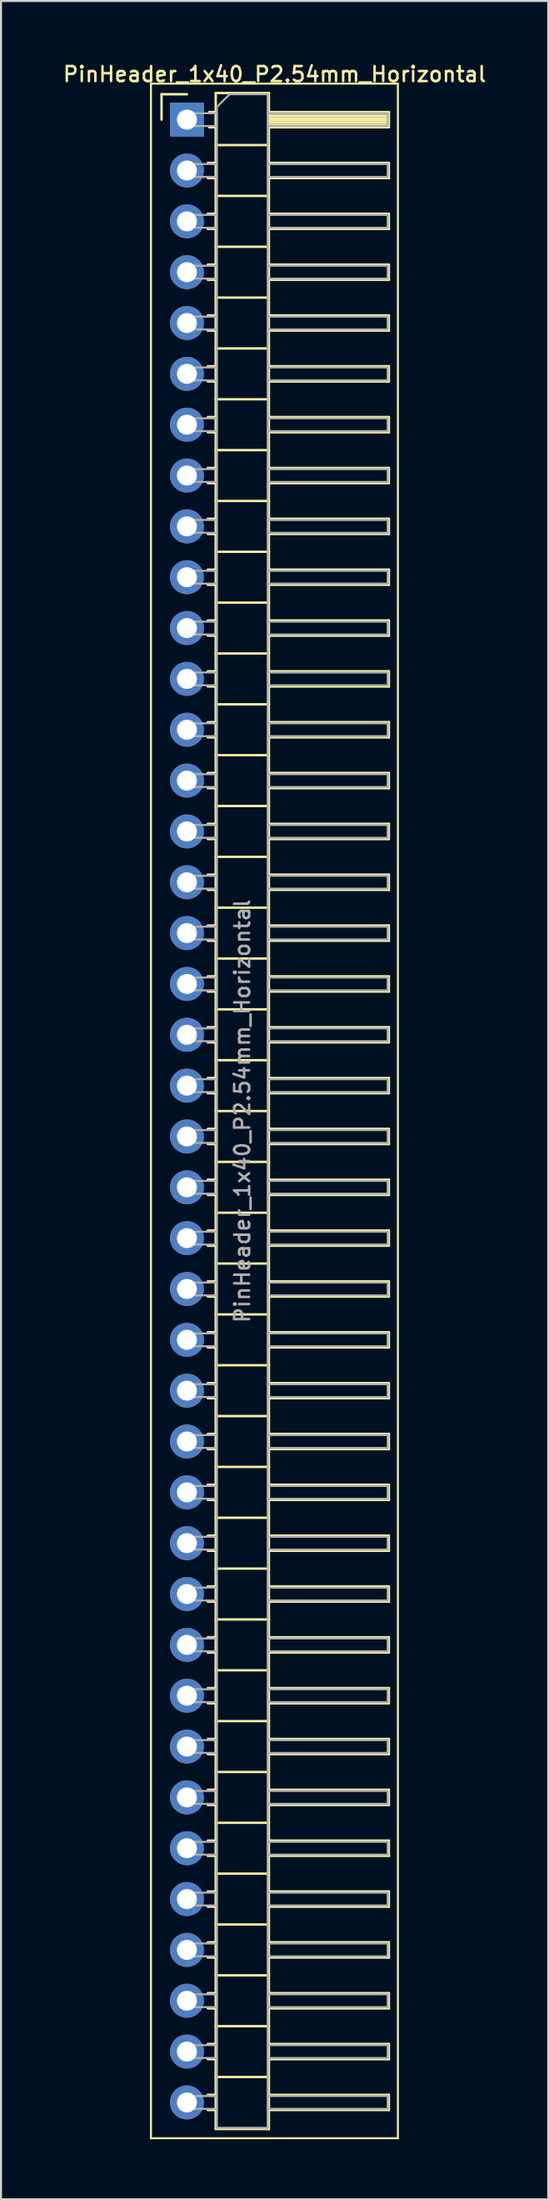
<source format=kicad_pcb>
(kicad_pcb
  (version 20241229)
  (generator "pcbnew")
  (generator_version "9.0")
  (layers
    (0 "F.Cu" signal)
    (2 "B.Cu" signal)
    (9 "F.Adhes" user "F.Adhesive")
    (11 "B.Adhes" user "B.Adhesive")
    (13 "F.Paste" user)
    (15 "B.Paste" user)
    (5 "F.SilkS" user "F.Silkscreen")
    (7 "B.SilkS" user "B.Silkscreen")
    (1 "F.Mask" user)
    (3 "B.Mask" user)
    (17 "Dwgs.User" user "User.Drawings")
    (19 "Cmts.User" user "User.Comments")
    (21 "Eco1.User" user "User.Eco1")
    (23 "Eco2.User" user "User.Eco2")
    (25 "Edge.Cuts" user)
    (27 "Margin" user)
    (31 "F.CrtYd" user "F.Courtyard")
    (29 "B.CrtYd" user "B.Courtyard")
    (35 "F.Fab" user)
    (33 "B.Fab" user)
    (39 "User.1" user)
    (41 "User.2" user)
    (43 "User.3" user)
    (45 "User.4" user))
  (footprint "PinHeader_1x40_P2.54mm_Horizontal"
    (layer "F.Cu")
    (at 6.299 2.928)
    (property "Reference" "PinHeader_1x40_P2.54mm_Horizontal" (at 4.385 -2.27 0) (layer "F.SilkS") (effects (font (size 0.75 0.75) (thickness 0.125))))
    (attr through_hole)
    (fp_line (start -1.8 -1.8) (end -1.8 100.85) (stroke (width 0.1) (type solid)) (layer "F.SilkS"))
    (fp_line (start -1.8 100.85) (end 10.55 100.85) (stroke (width 0.1) (type solid)) (layer "F.SilkS"))
    (fp_line (start -1.27 -1.27) (end 0 -1.27) (stroke (width 0.12) (type solid)) (layer "F.SilkS"))
    (fp_line (start -1.27 0) (end -1.27 -1.27) (stroke (width 0.12) (type solid)) (layer "F.SilkS"))
    (fp_line (start 1.043 2.16) (end 1.44 2.16) (stroke (width 0.12) (type solid)) (layer "F.SilkS"))
    (fp_line (start 1.043 2.92) (end 1.44 2.92) (stroke (width 0.12) (type solid)) (layer "F.SilkS"))
    (fp_line (start 1.043 4.7) (end 1.44 4.7) (stroke (width 0.12) (type solid)) (layer "F.SilkS"))
    (fp_line (start 1.043 5.46) (end 1.44 5.46) (stroke (width 0.12) (type solid)) (layer "F.SilkS"))
    (fp_line (start 1.043 7.24) (end 1.44 7.24) (stroke (width 0.12) (type solid)) (layer "F.SilkS"))
    (fp_line (start 1.043 8) (end 1.44 8) (stroke (width 0.12) (type solid)) (layer "F.SilkS"))
    (fp_line (start 1.043 9.78) (end 1.44 9.78) (stroke (width 0.12) (type solid)) (layer "F.SilkS"))
    (fp_line (start 1.043 10.54) (end 1.44 10.54) (stroke (width 0.12) (type solid)) (layer "F.SilkS"))
    (fp_line (start 1.043 12.32) (end 1.44 12.32) (stroke (width 0.12) (type solid)) (layer "F.SilkS"))
    (fp_line (start 1.043 13.08) (end 1.44 13.08) (stroke (width 0.12) (type solid)) (layer "F.SilkS"))
    (fp_line (start 1.043 14.86) (end 1.44 14.86) (stroke (width 0.12) (type solid)) (layer "F.SilkS"))
    (fp_line (start 1.043 15.62) (end 1.44 15.62) (stroke (width 0.12) (type solid)) (layer "F.SilkS"))
    (fp_line (start 1.043 17.4) (end 1.44 17.4) (stroke (width 0.12) (type solid)) (layer "F.SilkS"))
    (fp_line (start 1.043 18.16) (end 1.44 18.16) (stroke (width 0.12) (type solid)) (layer "F.SilkS"))
    (fp_line (start 1.043 19.94) (end 1.44 19.94) (stroke (width 0.12) (type solid)) (layer "F.SilkS"))
    (fp_line (start 1.043 20.7) (end 1.44 20.7) (stroke (width 0.12) (type solid)) (layer "F.SilkS"))
    (fp_line (start 1.043 22.48) (end 1.44 22.48) (stroke (width 0.12) (type solid)) (layer "F.SilkS"))
    (fp_line (start 1.043 23.24) (end 1.44 23.24) (stroke (width 0.12) (type solid)) (layer "F.SilkS"))
    (fp_line (start 1.043 25.02) (end 1.44 25.02) (stroke (width 0.12) (type solid)) (layer "F.SilkS"))
    (fp_line (start 1.043 25.78) (end 1.44 25.78) (stroke (width 0.12) (type solid)) (layer "F.SilkS"))
    (fp_line (start 1.043 27.56) (end 1.44 27.56) (stroke (width 0.12) (type solid)) (layer "F.SilkS"))
    (fp_line (start 1.043 28.32) (end 1.44 28.32) (stroke (width 0.12) (type solid)) (layer "F.SilkS"))
    (fp_line (start 1.043 30.1) (end 1.44 30.1) (stroke (width 0.12) (type solid)) (layer "F.SilkS"))
    (fp_line (start 1.043 30.86) (end 1.44 30.86) (stroke (width 0.12) (type solid)) (layer "F.SilkS"))
    (fp_line (start 1.043 32.64) (end 1.44 32.64) (stroke (width 0.12) (type solid)) (layer "F.SilkS"))
    (fp_line (start 1.043 33.4) (end 1.44 33.4) (stroke (width 0.12) (type solid)) (layer "F.SilkS"))
    (fp_line (start 1.043 35.18) (end 1.44 35.18) (stroke (width 0.12) (type solid)) (layer "F.SilkS"))
    (fp_line (start 1.043 35.94) (end 1.44 35.94) (stroke (width 0.12) (type solid)) (layer "F.SilkS"))
    (fp_line (start 1.043 37.72) (end 1.44 37.72) (stroke (width 0.12) (type solid)) (layer "F.SilkS"))
    (fp_line (start 1.043 38.48) (end 1.44 38.48) (stroke (width 0.12) (type solid)) (layer "F.SilkS"))
    (fp_line (start 1.043 40.26) (end 1.44 40.26) (stroke (width 0.12) (type solid)) (layer "F.SilkS"))
    (fp_line (start 1.043 41.02) (end 1.44 41.02) (stroke (width 0.12) (type solid)) (layer "F.SilkS"))
    (fp_line (start 1.043 42.8) (end 1.44 42.8) (stroke (width 0.12) (type solid)) (layer "F.SilkS"))
    (fp_line (start 1.043 43.56) (end 1.44 43.56) (stroke (width 0.12) (type solid)) (layer "F.SilkS"))
    (fp_line (start 1.043 45.34) (end 1.44 45.34) (stroke (width 0.12) (type solid)) (layer "F.SilkS"))
    (fp_line (start 1.043 46.1) (end 1.44 46.1) (stroke (width 0.12) (type solid)) (layer "F.SilkS"))
    (fp_line (start 1.043 47.88) (end 1.44 47.88) (stroke (width 0.12) (type solid)) (layer "F.SilkS"))
    (fp_line (start 1.043 48.64) (end 1.44 48.64) (stroke (width 0.12) (type solid)) (layer "F.SilkS"))
    (fp_line (start 1.043 50.42) (end 1.44 50.42) (stroke (width 0.12) (type solid)) (layer "F.SilkS"))
    (fp_line (start 1.043 51.18) (end 1.44 51.18) (stroke (width 0.12) (type solid)) (layer "F.SilkS"))
    (fp_line (start 1.043 52.96) (end 1.44 52.96) (stroke (width 0.12) (type solid)) (layer "F.SilkS"))
    (fp_line (start 1.043 53.72) (end 1.44 53.72) (stroke (width 0.12) (type solid)) (layer "F.SilkS"))
    (fp_line (start 1.043 55.5) (end 1.44 55.5) (stroke (width 0.12) (type solid)) (layer "F.SilkS"))
    (fp_line (start 1.043 56.26) (end 1.44 56.26) (stroke (width 0.12) (type solid)) (layer "F.SilkS"))
    (fp_line (start 1.043 58.04) (end 1.44 58.04) (stroke (width 0.12) (type solid)) (layer "F.SilkS"))
    (fp_line (start 1.043 58.8) (end 1.44 58.8) (stroke (width 0.12) (type solid)) (layer "F.SilkS"))
    (fp_line (start 1.043 60.58) (end 1.44 60.58) (stroke (width 0.12) (type solid)) (layer "F.SilkS"))
    (fp_line (start 1.043 61.34) (end 1.44 61.34) (stroke (width 0.12) (type solid)) (layer "F.SilkS"))
    (fp_line (start 1.043 63.12) (end 1.44 63.12) (stroke (width 0.12) (type solid)) (layer "F.SilkS"))
    (fp_line (start 1.043 63.88) (end 1.44 63.88) (stroke (width 0.12) (type solid)) (layer "F.SilkS"))
    (fp_line (start 1.043 65.66) (end 1.44 65.66) (stroke (width 0.12) (type solid)) (layer "F.SilkS"))
    (fp_line (start 1.043 66.42) (end 1.44 66.42) (stroke (width 0.12) (type solid)) (layer "F.SilkS"))
    (fp_line (start 1.043 68.2) (end 1.44 68.2) (stroke (width 0.12) (type solid)) (layer "F.SilkS"))
    (fp_line (start 1.043 68.96) (end 1.44 68.96) (stroke (width 0.12) (type solid)) (layer "F.SilkS"))
    (fp_line (start 1.043 70.74) (end 1.44 70.74) (stroke (width 0.12) (type solid)) (layer "F.SilkS"))
    (fp_line (start 1.043 71.5) (end 1.44 71.5) (stroke (width 0.12) (type solid)) (layer "F.SilkS"))
    (fp_line (start 1.043 73.28) (end 1.44 73.28) (stroke (width 0.12) (type solid)) (layer "F.SilkS"))
    (fp_line (start 1.043 74.04) (end 1.44 74.04) (stroke (width 0.12) (type solid)) (layer "F.SilkS"))
    (fp_line (start 1.043 75.82) (end 1.44 75.82) (stroke (width 0.12) (type solid)) (layer "F.SilkS"))
    (fp_line (start 1.043 76.58) (end 1.44 76.58) (stroke (width 0.12) (type solid)) (layer "F.SilkS"))
    (fp_line (start 1.043 78.36) (end 1.44 78.36) (stroke (width 0.12) (type solid)) (layer "F.SilkS"))
    (fp_line (start 1.043 79.12) (end 1.44 79.12) (stroke (width 0.12) (type solid)) (layer "F.SilkS"))
    (fp_line (start 1.043 80.9) (end 1.44 80.9) (stroke (width 0.12) (type solid)) (layer "F.SilkS"))
    (fp_line (start 1.043 81.66) (end 1.44 81.66) (stroke (width 0.12) (type solid)) (layer "F.SilkS"))
    (fp_line (start 1.043 83.44) (end 1.44 83.44) (stroke (width 0.12) (type solid)) (layer "F.SilkS"))
    (fp_line (start 1.043 84.2) (end 1.44 84.2) (stroke (width 0.12) (type solid)) (layer "F.SilkS"))
    (fp_line (start 1.043 85.98) (end 1.44 85.98) (stroke (width 0.12) (type solid)) (layer "F.SilkS"))
    (fp_line (start 1.043 86.74) (end 1.44 86.74) (stroke (width 0.12) (type solid)) (layer "F.SilkS"))
    (fp_line (start 1.043 88.52) (end 1.44 88.52) (stroke (width 0.12) (type solid)) (layer "F.SilkS"))
    (fp_line (start 1.043 89.28) (end 1.44 89.28) (stroke (width 0.12) (type solid)) (layer "F.SilkS"))
    (fp_line (start 1.043 91.06) (end 1.44 91.06) (stroke (width 0.12) (type solid)) (layer "F.SilkS"))
    (fp_line (start 1.043 91.82) (end 1.44 91.82) (stroke (width 0.12) (type solid)) (layer "F.SilkS"))
    (fp_line (start 1.043 93.6) (end 1.44 93.6) (stroke (width 0.12) (type solid)) (layer "F.SilkS"))
    (fp_line (start 1.043 94.36) (end 1.44 94.36) (stroke (width 0.12) (type solid)) (layer "F.SilkS"))
    (fp_line (start 1.043 96.14) (end 1.44 96.14) (stroke (width 0.12) (type solid)) (layer "F.SilkS"))
    (fp_line (start 1.043 96.9) (end 1.44 96.9) (stroke (width 0.12) (type solid)) (layer "F.SilkS"))
    (fp_line (start 1.043 98.68) (end 1.44 98.68) (stroke (width 0.12) (type solid)) (layer "F.SilkS"))
    (fp_line (start 1.043 99.44) (end 1.44 99.44) (stroke (width 0.12) (type solid)) (layer "F.SilkS"))
    (fp_line (start 1.11 -0.38) (end 1.44 -0.38) (stroke (width 0.12) (type solid)) (layer "F.SilkS"))
    (fp_line (start 1.11 0.38) (end 1.44 0.38) (stroke (width 0.12) (type solid)) (layer "F.SilkS"))
    (fp_line (start 1.44 -1.33) (end 1.44 100.39) (stroke (width 0.12) (type solid)) (layer "F.SilkS"))
    (fp_line (start 1.44 1.27) (end 4.1 1.27) (stroke (width 0.12) (type solid)) (layer "F.SilkS"))
    (fp_line (start 1.44 3.81) (end 4.1 3.81) (stroke (width 0.12) (type solid)) (layer "F.SilkS"))
    (fp_line (start 1.44 6.35) (end 4.1 6.35) (stroke (width 0.12) (type solid)) (layer "F.SilkS"))
    (fp_line (start 1.44 8.89) (end 4.1 8.89) (stroke (width 0.12) (type solid)) (layer "F.SilkS"))
    (fp_line (start 1.44 11.43) (end 4.1 11.43) (stroke (width 0.12) (type solid)) (layer "F.SilkS"))
    (fp_line (start 1.44 13.97) (end 4.1 13.97) (stroke (width 0.12) (type solid)) (layer "F.SilkS"))
    (fp_line (start 1.44 16.51) (end 4.1 16.51) (stroke (width 0.12) (type solid)) (layer "F.SilkS"))
    (fp_line (start 1.44 19.05) (end 4.1 19.05) (stroke (width 0.12) (type solid)) (layer "F.SilkS"))
    (fp_line (start 1.44 21.59) (end 4.1 21.59) (stroke (width 0.12) (type solid)) (layer "F.SilkS"))
    (fp_line (start 1.44 24.13) (end 4.1 24.13) (stroke (width 0.12) (type solid)) (layer "F.SilkS"))
    (fp_line (start 1.44 26.67) (end 4.1 26.67) (stroke (width 0.12) (type solid)) (layer "F.SilkS"))
    (fp_line (start 1.44 29.21) (end 4.1 29.21) (stroke (width 0.12) (type solid)) (layer "F.SilkS"))
    (fp_line (start 1.44 31.75) (end 4.1 31.75) (stroke (width 0.12) (type solid)) (layer "F.SilkS"))
    (fp_line (start 1.44 34.29) (end 4.1 34.29) (stroke (width 0.12) (type solid)) (layer "F.SilkS"))
    (fp_line (start 1.44 36.83) (end 4.1 36.83) (stroke (width 0.12) (type solid)) (layer "F.SilkS"))
    (fp_line (start 1.44 39.37) (end 4.1 39.37) (stroke (width 0.12) (type solid)) (layer "F.SilkS"))
    (fp_line (start 1.44 41.91) (end 4.1 41.91) (stroke (width 0.12) (type solid)) (layer "F.SilkS"))
    (fp_line (start 1.44 44.45) (end 4.1 44.45) (stroke (width 0.12) (type solid)) (layer "F.SilkS"))
    (fp_line (start 1.44 46.99) (end 4.1 46.99) (stroke (width 0.12) (type solid)) (layer "F.SilkS"))
    (fp_line (start 1.44 49.53) (end 4.1 49.53) (stroke (width 0.12) (type solid)) (layer "F.SilkS"))
    (fp_line (start 1.44 52.07) (end 4.1 52.07) (stroke (width 0.12) (type solid)) (layer "F.SilkS"))
    (fp_line (start 1.44 54.61) (end 4.1 54.61) (stroke (width 0.12) (type solid)) (layer "F.SilkS"))
    (fp_line (start 1.44 57.15) (end 4.1 57.15) (stroke (width 0.12) (type solid)) (layer "F.SilkS"))
    (fp_line (start 1.44 59.69) (end 4.1 59.69) (stroke (width 0.12) (type solid)) (layer "F.SilkS"))
    (fp_line (start 1.44 62.23) (end 4.1 62.23) (stroke (width 0.12) (type solid)) (layer "F.SilkS"))
    (fp_line (start 1.44 64.77) (end 4.1 64.77) (stroke (width 0.12) (type solid)) (layer "F.SilkS"))
    (fp_line (start 1.44 67.31) (end 4.1 67.31) (stroke (width 0.12) (type solid)) (layer "F.SilkS"))
    (fp_line (start 1.44 69.85) (end 4.1 69.85) (stroke (width 0.12) (type solid)) (layer "F.SilkS"))
    (fp_line (start 1.44 72.39) (end 4.1 72.39) (stroke (width 0.12) (type solid)) (layer "F.SilkS"))
    (fp_line (start 1.44 74.93) (end 4.1 74.93) (stroke (width 0.12) (type solid)) (layer "F.SilkS"))
    (fp_line (start 1.44 77.47) (end 4.1 77.47) (stroke (width 0.12) (type solid)) (layer "F.SilkS"))
    (fp_line (start 1.44 80.01) (end 4.1 80.01) (stroke (width 0.12) (type solid)) (layer "F.SilkS"))
    (fp_line (start 1.44 82.55) (end 4.1 82.55) (stroke (width 0.12) (type solid)) (layer "F.SilkS"))
    (fp_line (start 1.44 85.09) (end 4.1 85.09) (stroke (width 0.12) (type solid)) (layer "F.SilkS"))
    (fp_line (start 1.44 87.63) (end 4.1 87.63) (stroke (width 0.12) (type solid)) (layer "F.SilkS"))
    (fp_line (start 1.44 90.17) (end 4.1 90.17) (stroke (width 0.12) (type solid)) (layer "F.SilkS"))
    (fp_line (start 1.44 92.71) (end 4.1 92.71) (stroke (width 0.12) (type solid)) (layer "F.SilkS"))
    (fp_line (start 1.44 95.25) (end 4.1 95.25) (stroke (width 0.12) (type solid)) (layer "F.SilkS"))
    (fp_line (start 1.44 97.79) (end 4.1 97.79) (stroke (width 0.12) (type solid)) (layer "F.SilkS"))
    (fp_line (start 1.44 100.39) (end 4.1 100.39) (stroke (width 0.12) (type solid)) (layer "F.SilkS"))
    (fp_line (start 4.1 -1.33) (end 1.44 -1.33) (stroke (width 0.12) (type solid)) (layer "F.SilkS"))
    (fp_line (start 4.1 -0.38) (end 10.1 -0.38) (stroke (width 0.12) (type solid)) (layer "F.SilkS"))
    (fp_line (start 4.1 -0.32) (end 10.1 -0.32) (stroke (width 0.12) (type solid)) (layer "F.SilkS"))
    (fp_line (start 4.1 -0.2) (end 10.1 -0.2) (stroke (width 0.12) (type solid)) (layer "F.SilkS"))
    (fp_line (start 4.1 -0.08) (end 10.1 -0.08) (stroke (width 0.12) (type solid)) (layer "F.SilkS"))
    (fp_line (start 4.1 0.04) (end 10.1 0.04) (stroke (width 0.12) (type solid)) (layer "F.SilkS"))
    (fp_line (start 4.1 0.16) (end 10.1 0.16) (stroke (width 0.12) (type solid)) (layer "F.SilkS"))
    (fp_line (start 4.1 0.28) (end 10.1 0.28) (stroke (width 0.12) (type solid)) (layer "F.SilkS"))
    (fp_line (start 4.1 2.16) (end 10.1 2.16) (stroke (width 0.12) (type solid)) (layer "F.SilkS"))
    (fp_line (start 4.1 4.7) (end 10.1 4.7) (stroke (width 0.12) (type solid)) (layer "F.SilkS"))
    (fp_line (start 4.1 7.24) (end 10.1 7.24) (stroke (width 0.12) (type solid)) (layer "F.SilkS"))
    (fp_line (start 4.1 9.78) (end 10.1 9.78) (stroke (width 0.12) (type solid)) (layer "F.SilkS"))
    (fp_line (start 4.1 12.32) (end 10.1 12.32) (stroke (width 0.12) (type solid)) (layer "F.SilkS"))
    (fp_line (start 4.1 14.86) (end 10.1 14.86) (stroke (width 0.12) (type solid)) (layer "F.SilkS"))
    (fp_line (start 4.1 17.4) (end 10.1 17.4) (stroke (width 0.12) (type solid)) (layer "F.SilkS"))
    (fp_line (start 4.1 19.94) (end 10.1 19.94) (stroke (width 0.12) (type solid)) (layer "F.SilkS"))
    (fp_line (start 4.1 22.48) (end 10.1 22.48) (stroke (width 0.12) (type solid)) (layer "F.SilkS"))
    (fp_line (start 4.1 25.02) (end 10.1 25.02) (stroke (width 0.12) (type solid)) (layer "F.SilkS"))
    (fp_line (start 4.1 27.56) (end 10.1 27.56) (stroke (width 0.12) (type solid)) (layer "F.SilkS"))
    (fp_line (start 4.1 30.1) (end 10.1 30.1) (stroke (width 0.12) (type solid)) (layer "F.SilkS"))
    (fp_line (start 4.1 32.64) (end 10.1 32.64) (stroke (width 0.12) (type solid)) (layer "F.SilkS"))
    (fp_line (start 4.1 35.18) (end 10.1 35.18) (stroke (width 0.12) (type solid)) (layer "F.SilkS"))
    (fp_line (start 4.1 37.72) (end 10.1 37.72) (stroke (width 0.12) (type solid)) (layer "F.SilkS"))
    (fp_line (start 4.1 40.26) (end 10.1 40.26) (stroke (width 0.12) (type solid)) (layer "F.SilkS"))
    (fp_line (start 4.1 42.8) (end 10.1 42.8) (stroke (width 0.12) (type solid)) (layer "F.SilkS"))
    (fp_line (start 4.1 45.34) (end 10.1 45.34) (stroke (width 0.12) (type solid)) (layer "F.SilkS"))
    (fp_line (start 4.1 47.88) (end 10.1 47.88) (stroke (width 0.12) (type solid)) (layer "F.SilkS"))
    (fp_line (start 4.1 50.42) (end 10.1 50.42) (stroke (width 0.12) (type solid)) (layer "F.SilkS"))
    (fp_line (start 4.1 52.96) (end 10.1 52.96) (stroke (width 0.12) (type solid)) (layer "F.SilkS"))
    (fp_line (start 4.1 55.5) (end 10.1 55.5) (stroke (width 0.12) (type solid)) (layer "F.SilkS"))
    (fp_line (start 4.1 58.04) (end 10.1 58.04) (stroke (width 0.12) (type solid)) (layer "F.SilkS"))
    (fp_line (start 4.1 60.58) (end 10.1 60.58) (stroke (width 0.12) (type solid)) (layer "F.SilkS"))
    (fp_line (start 4.1 63.12) (end 10.1 63.12) (stroke (width 0.12) (type solid)) (layer "F.SilkS"))
    (fp_line (start 4.1 65.66) (end 10.1 65.66) (stroke (width 0.12) (type solid)) (layer "F.SilkS"))
    (fp_line (start 4.1 68.2) (end 10.1 68.2) (stroke (width 0.12) (type solid)) (layer "F.SilkS"))
    (fp_line (start 4.1 70.74) (end 10.1 70.74) (stroke (width 0.12) (type solid)) (layer "F.SilkS"))
    (fp_line (start 4.1 73.28) (end 10.1 73.28) (stroke (width 0.12) (type solid)) (layer "F.SilkS"))
    (fp_line (start 4.1 75.82) (end 10.1 75.82) (stroke (width 0.12) (type solid)) (layer "F.SilkS"))
    (fp_line (start 4.1 78.36) (end 10.1 78.36) (stroke (width 0.12) (type solid)) (layer "F.SilkS"))
    (fp_line (start 4.1 80.9) (end 10.1 80.9) (stroke (width 0.12) (type solid)) (layer "F.SilkS"))
    (fp_line (start 4.1 83.44) (end 10.1 83.44) (stroke (width 0.12) (type solid)) (layer "F.SilkS"))
    (fp_line (start 4.1 85.98) (end 10.1 85.98) (stroke (width 0.12) (type solid)) (layer "F.SilkS"))
    (fp_line (start 4.1 88.52) (end 10.1 88.52) (stroke (width 0.12) (type solid)) (layer "F.SilkS"))
    (fp_line (start 4.1 91.06) (end 10.1 91.06) (stroke (width 0.12) (type solid)) (layer "F.SilkS"))
    (fp_line (start 4.1 93.6) (end 10.1 93.6) (stroke (width 0.12) (type solid)) (layer "F.SilkS"))
    (fp_line (start 4.1 96.14) (end 10.1 96.14) (stroke (width 0.12) (type solid)) (layer "F.SilkS"))
    (fp_line (start 4.1 98.68) (end 10.1 98.68) (stroke (width 0.12) (type solid)) (layer "F.SilkS"))
    (fp_line (start 4.1 100.39) (end 4.1 -1.33) (stroke (width 0.12) (type solid)) (layer "F.SilkS"))
    (fp_line (start 10.1 -0.38) (end 10.1 0.38) (stroke (width 0.12) (type solid)) (layer "F.SilkS"))
    (fp_line (start 10.1 0.38) (end 4.1 0.38) (stroke (width 0.12) (type solid)) (layer "F.SilkS"))
    (fp_line (start 10.1 2.16) (end 10.1 2.92) (stroke (width 0.12) (type solid)) (layer "F.SilkS"))
    (fp_line (start 10.1 2.92) (end 4.1 2.92) (stroke (width 0.12) (type solid)) (layer "F.SilkS"))
    (fp_line (start 10.1 4.7) (end 10.1 5.46) (stroke (width 0.12) (type solid)) (layer "F.SilkS"))
    (fp_line (start 10.1 5.46) (end 4.1 5.46) (stroke (width 0.12) (type solid)) (layer "F.SilkS"))
    (fp_line (start 10.1 7.24) (end 10.1 8) (stroke (width 0.12) (type solid)) (layer "F.SilkS"))
    (fp_line (start 10.1 8) (end 4.1 8) (stroke (width 0.12) (type solid)) (layer "F.SilkS"))
    (fp_line (start 10.1 9.78) (end 10.1 10.54) (stroke (width 0.12) (type solid)) (layer "F.SilkS"))
    (fp_line (start 10.1 10.54) (end 4.1 10.54) (stroke (width 0.12) (type solid)) (layer "F.SilkS"))
    (fp_line (start 10.1 12.32) (end 10.1 13.08) (stroke (width 0.12) (type solid)) (layer "F.SilkS"))
    (fp_line (start 10.1 13.08) (end 4.1 13.08) (stroke (width 0.12) (type solid)) (layer "F.SilkS"))
    (fp_line (start 10.1 14.86) (end 10.1 15.62) (stroke (width 0.12) (type solid)) (layer "F.SilkS"))
    (fp_line (start 10.1 15.62) (end 4.1 15.62) (stroke (width 0.12) (type solid)) (layer "F.SilkS"))
    (fp_line (start 10.1 17.4) (end 10.1 18.16) (stroke (width 0.12) (type solid)) (layer "F.SilkS"))
    (fp_line (start 10.1 18.16) (end 4.1 18.16) (stroke (width 0.12) (type solid)) (layer "F.SilkS"))
    (fp_line (start 10.1 19.94) (end 10.1 20.7) (stroke (width 0.12) (type solid)) (layer "F.SilkS"))
    (fp_line (start 10.1 20.7) (end 4.1 20.7) (stroke (width 0.12) (type solid)) (layer "F.SilkS"))
    (fp_line (start 10.1 22.48) (end 10.1 23.24) (stroke (width 0.12) (type solid)) (layer "F.SilkS"))
    (fp_line (start 10.1 23.24) (end 4.1 23.24) (stroke (width 0.12) (type solid)) (layer "F.SilkS"))
    (fp_line (start 10.1 25.02) (end 10.1 25.78) (stroke (width 0.12) (type solid)) (layer "F.SilkS"))
    (fp_line (start 10.1 25.78) (end 4.1 25.78) (stroke (width 0.12) (type solid)) (layer "F.SilkS"))
    (fp_line (start 10.1 27.56) (end 10.1 28.32) (stroke (width 0.12) (type solid)) (layer "F.SilkS"))
    (fp_line (start 10.1 28.32) (end 4.1 28.32) (stroke (width 0.12) (type solid)) (layer "F.SilkS"))
    (fp_line (start 10.1 30.1) (end 10.1 30.86) (stroke (width 0.12) (type solid)) (layer "F.SilkS"))
    (fp_line (start 10.1 30.86) (end 4.1 30.86) (stroke (width 0.12) (type solid)) (layer "F.SilkS"))
    (fp_line (start 10.1 32.64) (end 10.1 33.4) (stroke (width 0.12) (type solid)) (layer "F.SilkS"))
    (fp_line (start 10.1 33.4) (end 4.1 33.4) (stroke (width 0.12) (type solid)) (layer "F.SilkS"))
    (fp_line (start 10.1 35.18) (end 10.1 35.94) (stroke (width 0.12) (type solid)) (layer "F.SilkS"))
    (fp_line (start 10.1 35.94) (end 4.1 35.94) (stroke (width 0.12) (type solid)) (layer "F.SilkS"))
    (fp_line (start 10.1 37.72) (end 10.1 38.48) (stroke (width 0.12) (type solid)) (layer "F.SilkS"))
    (fp_line (start 10.1 38.48) (end 4.1 38.48) (stroke (width 0.12) (type solid)) (layer "F.SilkS"))
    (fp_line (start 10.1 40.26) (end 10.1 41.02) (stroke (width 0.12) (type solid)) (layer "F.SilkS"))
    (fp_line (start 10.1 41.02) (end 4.1 41.02) (stroke (width 0.12) (type solid)) (layer "F.SilkS"))
    (fp_line (start 10.1 42.8) (end 10.1 43.56) (stroke (width 0.12) (type solid)) (layer "F.SilkS"))
    (fp_line (start 10.1 43.56) (end 4.1 43.56) (stroke (width 0.12) (type solid)) (layer "F.SilkS"))
    (fp_line (start 10.1 45.34) (end 10.1 46.1) (stroke (width 0.12) (type solid)) (layer "F.SilkS"))
    (fp_line (start 10.1 46.1) (end 4.1 46.1) (stroke (width 0.12) (type solid)) (layer "F.SilkS"))
    (fp_line (start 10.1 47.88) (end 10.1 48.64) (stroke (width 0.12) (type solid)) (layer "F.SilkS"))
    (fp_line (start 10.1 48.64) (end 4.1 48.64) (stroke (width 0.12) (type solid)) (layer "F.SilkS"))
    (fp_line (start 10.1 50.42) (end 10.1 51.18) (stroke (width 0.12) (type solid)) (layer "F.SilkS"))
    (fp_line (start 10.1 51.18) (end 4.1 51.18) (stroke (width 0.12) (type solid)) (layer "F.SilkS"))
    (fp_line (start 10.1 52.96) (end 10.1 53.72) (stroke (width 0.12) (type solid)) (layer "F.SilkS"))
    (fp_line (start 10.1 53.72) (end 4.1 53.72) (stroke (width 0.12) (type solid)) (layer "F.SilkS"))
    (fp_line (start 10.1 55.5) (end 10.1 56.26) (stroke (width 0.12) (type solid)) (layer "F.SilkS"))
    (fp_line (start 10.1 56.26) (end 4.1 56.26) (stroke (width 0.12) (type solid)) (layer "F.SilkS"))
    (fp_line (start 10.1 58.04) (end 10.1 58.8) (stroke (width 0.12) (type solid)) (layer "F.SilkS"))
    (fp_line (start 10.1 58.8) (end 4.1 58.8) (stroke (width 0.12) (type solid)) (layer "F.SilkS"))
    (fp_line (start 10.1 60.58) (end 10.1 61.34) (stroke (width 0.12) (type solid)) (layer "F.SilkS"))
    (fp_line (start 10.1 61.34) (end 4.1 61.34) (stroke (width 0.12) (type solid)) (layer "F.SilkS"))
    (fp_line (start 10.1 63.12) (end 10.1 63.88) (stroke (width 0.12) (type solid)) (layer "F.SilkS"))
    (fp_line (start 10.1 63.88) (end 4.1 63.88) (stroke (width 0.12) (type solid)) (layer "F.SilkS"))
    (fp_line (start 10.1 65.66) (end 10.1 66.42) (stroke (width 0.12) (type solid)) (layer "F.SilkS"))
    (fp_line (start 10.1 66.42) (end 4.1 66.42) (stroke (width 0.12) (type solid)) (layer "F.SilkS"))
    (fp_line (start 10.1 68.2) (end 10.1 68.96) (stroke (width 0.12) (type solid)) (layer "F.SilkS"))
    (fp_line (start 10.1 68.96) (end 4.1 68.96) (stroke (width 0.12) (type solid)) (layer "F.SilkS"))
    (fp_line (start 10.1 70.74) (end 10.1 71.5) (stroke (width 0.12) (type solid)) (layer "F.SilkS"))
    (fp_line (start 10.1 71.5) (end 4.1 71.5) (stroke (width 0.12) (type solid)) (layer "F.SilkS"))
    (fp_line (start 10.1 73.28) (end 10.1 74.04) (stroke (width 0.12) (type solid)) (layer "F.SilkS"))
    (fp_line (start 10.1 74.04) (end 4.1 74.04) (stroke (width 0.12) (type solid)) (layer "F.SilkS"))
    (fp_line (start 10.1 75.82) (end 10.1 76.58) (stroke (width 0.12) (type solid)) (layer "F.SilkS"))
    (fp_line (start 10.1 76.58) (end 4.1 76.58) (stroke (width 0.12) (type solid)) (layer "F.SilkS"))
    (fp_line (start 10.1 78.36) (end 10.1 79.12) (stroke (width 0.12) (type solid)) (layer "F.SilkS"))
    (fp_line (start 10.1 79.12) (end 4.1 79.12) (stroke (width 0.12) (type solid)) (layer "F.SilkS"))
    (fp_line (start 10.1 80.9) (end 10.1 81.66) (stroke (width 0.12) (type solid)) (layer "F.SilkS"))
    (fp_line (start 10.1 81.66) (end 4.1 81.66) (stroke (width 0.12) (type solid)) (layer "F.SilkS"))
    (fp_line (start 10.1 83.44) (end 10.1 84.2) (stroke (width 0.12) (type solid)) (layer "F.SilkS"))
    (fp_line (start 10.1 84.2) (end 4.1 84.2) (stroke (width 0.12) (type solid)) (layer "F.SilkS"))
    (fp_line (start 10.1 85.98) (end 10.1 86.74) (stroke (width 0.12) (type solid)) (layer "F.SilkS"))
    (fp_line (start 10.1 86.74) (end 4.1 86.74) (stroke (width 0.12) (type solid)) (layer "F.SilkS"))
    (fp_line (start 10.1 88.52) (end 10.1 89.28) (stroke (width 0.12) (type solid)) (layer "F.SilkS"))
    (fp_line (start 10.1 89.28) (end 4.1 89.28) (stroke (width 0.12) (type solid)) (layer "F.SilkS"))
    (fp_line (start 10.1 91.06) (end 10.1 91.82) (stroke (width 0.12) (type solid)) (layer "F.SilkS"))
    (fp_line (start 10.1 91.82) (end 4.1 91.82) (stroke (width 0.12) (type solid)) (layer "F.SilkS"))
    (fp_line (start 10.1 93.6) (end 10.1 94.36) (stroke (width 0.12) (type solid)) (layer "F.SilkS"))
    (fp_line (start 10.1 94.36) (end 4.1 94.36) (stroke (width 0.12) (type solid)) (layer "F.SilkS"))
    (fp_line (start 10.1 96.14) (end 10.1 96.9) (stroke (width 0.12) (type solid)) (layer "F.SilkS"))
    (fp_line (start 10.1 96.9) (end 4.1 96.9) (stroke (width 0.12) (type solid)) (layer "F.SilkS"))
    (fp_line (start 10.1 98.68) (end 10.1 99.44) (stroke (width 0.12) (type solid)) (layer "F.SilkS"))
    (fp_line (start 10.1 99.44) (end 4.1 99.44) (stroke (width 0.12) (type solid)) (layer "F.SilkS"))
    (fp_line (start 10.55 -1.8) (end -1.8 -1.8) (stroke (width 0.1) (type solid)) (layer "F.SilkS"))
    (fp_line (start 10.55 100.85) (end 10.55 -1.8) (stroke (width 0.1) (type solid)) (layer "F.SilkS"))
    (fp_line (start -0.32 -0.32) (end -0.32 0.32) (stroke (width 0.1) (type solid)) (layer "F.Fab"))
    (fp_line (start -0.32 -0.32) (end 1.5 -0.32) (stroke (width 0.1) (type solid)) (layer "F.Fab"))
    (fp_line (start -0.32 0.32) (end 1.5 0.32) (stroke (width 0.1) (type solid)) (layer "F.Fab"))
    (fp_line (start -0.32 2.22) (end -0.32 2.86) (stroke (width 0.1) (type solid)) (layer "F.Fab"))
    (fp_line (start -0.32 2.22) (end 1.5 2.22) (stroke (width 0.1) (type solid)) (layer "F.Fab"))
    (fp_line (start -0.32 2.86) (end 1.5 2.86) (stroke (width 0.1) (type solid)) (layer "F.Fab"))
    (fp_line (start -0.32 4.76) (end -0.32 5.4) (stroke (width 0.1) (type solid)) (layer "F.Fab"))
    (fp_line (start -0.32 4.76) (end 1.5 4.76) (stroke (width 0.1) (type solid)) (layer "F.Fab"))
    (fp_line (start -0.32 5.4) (end 1.5 5.4) (stroke (width 0.1) (type solid)) (layer "F.Fab"))
    (fp_line (start -0.32 7.3) (end -0.32 7.94) (stroke (width 0.1) (type solid)) (layer "F.Fab"))
    (fp_line (start -0.32 7.3) (end 1.5 7.3) (stroke (width 0.1) (type solid)) (layer "F.Fab"))
    (fp_line (start -0.32 7.94) (end 1.5 7.94) (stroke (width 0.1) (type solid)) (layer "F.Fab"))
    (fp_line (start -0.32 9.84) (end -0.32 10.48) (stroke (width 0.1) (type solid)) (layer "F.Fab"))
    (fp_line (start -0.32 9.84) (end 1.5 9.84) (stroke (width 0.1) (type solid)) (layer "F.Fab"))
    (fp_line (start -0.32 10.48) (end 1.5 10.48) (stroke (width 0.1) (type solid)) (layer "F.Fab"))
    (fp_line (start -0.32 12.38) (end -0.32 13.02) (stroke (width 0.1) (type solid)) (layer "F.Fab"))
    (fp_line (start -0.32 12.38) (end 1.5 12.38) (stroke (width 0.1) (type solid)) (layer "F.Fab"))
    (fp_line (start -0.32 13.02) (end 1.5 13.02) (stroke (width 0.1) (type solid)) (layer "F.Fab"))
    (fp_line (start -0.32 14.92) (end -0.32 15.56) (stroke (width 0.1) (type solid)) (layer "F.Fab"))
    (fp_line (start -0.32 14.92) (end 1.5 14.92) (stroke (width 0.1) (type solid)) (layer "F.Fab"))
    (fp_line (start -0.32 15.56) (end 1.5 15.56) (stroke (width 0.1) (type solid)) (layer "F.Fab"))
    (fp_line (start -0.32 17.46) (end -0.32 18.1) (stroke (width 0.1) (type solid)) (layer "F.Fab"))
    (fp_line (start -0.32 17.46) (end 1.5 17.46) (stroke (width 0.1) (type solid)) (layer "F.Fab"))
    (fp_line (start -0.32 18.1) (end 1.5 18.1) (stroke (width 0.1) (type solid)) (layer "F.Fab"))
    (fp_line (start -0.32 20) (end -0.32 20.64) (stroke (width 0.1) (type solid)) (layer "F.Fab"))
    (fp_line (start -0.32 20) (end 1.5 20) (stroke (width 0.1) (type solid)) (layer "F.Fab"))
    (fp_line (start -0.32 20.64) (end 1.5 20.64) (stroke (width 0.1) (type solid)) (layer "F.Fab"))
    (fp_line (start -0.32 22.54) (end -0.32 23.18) (stroke (width 0.1) (type solid)) (layer "F.Fab"))
    (fp_line (start -0.32 22.54) (end 1.5 22.54) (stroke (width 0.1) (type solid)) (layer "F.Fab"))
    (fp_line (start -0.32 23.18) (end 1.5 23.18) (stroke (width 0.1) (type solid)) (layer "F.Fab"))
    (fp_line (start -0.32 25.08) (end -0.32 25.72) (stroke (width 0.1) (type solid)) (layer "F.Fab"))
    (fp_line (start -0.32 25.08) (end 1.5 25.08) (stroke (width 0.1) (type solid)) (layer "F.Fab"))
    (fp_line (start -0.32 25.72) (end 1.5 25.72) (stroke (width 0.1) (type solid)) (layer "F.Fab"))
    (fp_line (start -0.32 27.62) (end -0.32 28.26) (stroke (width 0.1) (type solid)) (layer "F.Fab"))
    (fp_line (start -0.32 27.62) (end 1.5 27.62) (stroke (width 0.1) (type solid)) (layer "F.Fab"))
    (fp_line (start -0.32 28.26) (end 1.5 28.26) (stroke (width 0.1) (type solid)) (layer "F.Fab"))
    (fp_line (start -0.32 30.16) (end -0.32 30.8) (stroke (width 0.1) (type solid)) (layer "F.Fab"))
    (fp_line (start -0.32 30.16) (end 1.5 30.16) (stroke (width 0.1) (type solid)) (layer "F.Fab"))
    (fp_line (start -0.32 30.8) (end 1.5 30.8) (stroke (width 0.1) (type solid)) (layer "F.Fab"))
    (fp_line (start -0.32 32.7) (end -0.32 33.34) (stroke (width 0.1) (type solid)) (layer "F.Fab"))
    (fp_line (start -0.32 32.7) (end 1.5 32.7) (stroke (width 0.1) (type solid)) (layer "F.Fab"))
    (fp_line (start -0.32 33.34) (end 1.5 33.34) (stroke (width 0.1) (type solid)) (layer "F.Fab"))
    (fp_line (start -0.32 35.24) (end -0.32 35.88) (stroke (width 0.1) (type solid)) (layer "F.Fab"))
    (fp_line (start -0.32 35.24) (end 1.5 35.24) (stroke (width 0.1) (type solid)) (layer "F.Fab"))
    (fp_line (start -0.32 35.88) (end 1.5 35.88) (stroke (width 0.1) (type solid)) (layer "F.Fab"))
    (fp_line (start -0.32 37.78) (end -0.32 38.42) (stroke (width 0.1) (type solid)) (layer "F.Fab"))
    (fp_line (start -0.32 37.78) (end 1.5 37.78) (stroke (width 0.1) (type solid)) (layer "F.Fab"))
    (fp_line (start -0.32 38.42) (end 1.5 38.42) (stroke (width 0.1) (type solid)) (layer "F.Fab"))
    (fp_line (start -0.32 40.32) (end -0.32 40.96) (stroke (width 0.1) (type solid)) (layer "F.Fab"))
    (fp_line (start -0.32 40.32) (end 1.5 40.32) (stroke (width 0.1) (type solid)) (layer "F.Fab"))
    (fp_line (start -0.32 40.96) (end 1.5 40.96) (stroke (width 0.1) (type solid)) (layer "F.Fab"))
    (fp_line (start -0.32 42.86) (end -0.32 43.5) (stroke (width 0.1) (type solid)) (layer "F.Fab"))
    (fp_line (start -0.32 42.86) (end 1.5 42.86) (stroke (width 0.1) (type solid)) (layer "F.Fab"))
    (fp_line (start -0.32 43.5) (end 1.5 43.5) (stroke (width 0.1) (type solid)) (layer "F.Fab"))
    (fp_line (start -0.32 45.4) (end -0.32 46.04) (stroke (width 0.1) (type solid)) (layer "F.Fab"))
    (fp_line (start -0.32 45.4) (end 1.5 45.4) (stroke (width 0.1) (type solid)) (layer "F.Fab"))
    (fp_line (start -0.32 46.04) (end 1.5 46.04) (stroke (width 0.1) (type solid)) (layer "F.Fab"))
    (fp_line (start -0.32 47.94) (end -0.32 48.58) (stroke (width 0.1) (type solid)) (layer "F.Fab"))
    (fp_line (start -0.32 47.94) (end 1.5 47.94) (stroke (width 0.1) (type solid)) (layer "F.Fab"))
    (fp_line (start -0.32 48.58) (end 1.5 48.58) (stroke (width 0.1) (type solid)) (layer "F.Fab"))
    (fp_line (start -0.32 50.48) (end -0.32 51.12) (stroke (width 0.1) (type solid)) (layer "F.Fab"))
    (fp_line (start -0.32 50.48) (end 1.5 50.48) (stroke (width 0.1) (type solid)) (layer "F.Fab"))
    (fp_line (start -0.32 51.12) (end 1.5 51.12) (stroke (width 0.1) (type solid)) (layer "F.Fab"))
    (fp_line (start -0.32 53.02) (end -0.32 53.66) (stroke (width 0.1) (type solid)) (layer "F.Fab"))
    (fp_line (start -0.32 53.02) (end 1.5 53.02) (stroke (width 0.1) (type solid)) (layer "F.Fab"))
    (fp_line (start -0.32 53.66) (end 1.5 53.66) (stroke (width 0.1) (type solid)) (layer "F.Fab"))
    (fp_line (start -0.32 55.56) (end -0.32 56.2) (stroke (width 0.1) (type solid)) (layer "F.Fab"))
    (fp_line (start -0.32 55.56) (end 1.5 55.56) (stroke (width 0.1) (type solid)) (layer "F.Fab"))
    (fp_line (start -0.32 56.2) (end 1.5 56.2) (stroke (width 0.1) (type solid)) (layer "F.Fab"))
    (fp_line (start -0.32 58.1) (end -0.32 58.74) (stroke (width 0.1) (type solid)) (layer "F.Fab"))
    (fp_line (start -0.32 58.1) (end 1.5 58.1) (stroke (width 0.1) (type solid)) (layer "F.Fab"))
    (fp_line (start -0.32 58.74) (end 1.5 58.74) (stroke (width 0.1) (type solid)) (layer "F.Fab"))
    (fp_line (start -0.32 60.64) (end -0.32 61.28) (stroke (width 0.1) (type solid)) (layer "F.Fab"))
    (fp_line (start -0.32 60.64) (end 1.5 60.64) (stroke (width 0.1) (type solid)) (layer "F.Fab"))
    (fp_line (start -0.32 61.28) (end 1.5 61.28) (stroke (width 0.1) (type solid)) (layer "F.Fab"))
    (fp_line (start -0.32 63.18) (end -0.32 63.82) (stroke (width 0.1) (type solid)) (layer "F.Fab"))
    (fp_line (start -0.32 63.18) (end 1.5 63.18) (stroke (width 0.1) (type solid)) (layer "F.Fab"))
    (fp_line (start -0.32 63.82) (end 1.5 63.82) (stroke (width 0.1) (type solid)) (layer "F.Fab"))
    (fp_line (start -0.32 65.72) (end -0.32 66.36) (stroke (width 0.1) (type solid)) (layer "F.Fab"))
    (fp_line (start -0.32 65.72) (end 1.5 65.72) (stroke (width 0.1) (type solid)) (layer "F.Fab"))
    (fp_line (start -0.32 66.36) (end 1.5 66.36) (stroke (width 0.1) (type solid)) (layer "F.Fab"))
    (fp_line (start -0.32 68.26) (end -0.32 68.9) (stroke (width 0.1) (type solid)) (layer "F.Fab"))
    (fp_line (start -0.32 68.26) (end 1.5 68.26) (stroke (width 0.1) (type solid)) (layer "F.Fab"))
    (fp_line (start -0.32 68.9) (end 1.5 68.9) (stroke (width 0.1) (type solid)) (layer "F.Fab"))
    (fp_line (start -0.32 70.8) (end -0.32 71.44) (stroke (width 0.1) (type solid)) (layer "F.Fab"))
    (fp_line (start -0.32 70.8) (end 1.5 70.8) (stroke (width 0.1) (type solid)) (layer "F.Fab"))
    (fp_line (start -0.32 71.44) (end 1.5 71.44) (stroke (width 0.1) (type solid)) (layer "F.Fab"))
    (fp_line (start -0.32 73.34) (end -0.32 73.98) (stroke (width 0.1) (type solid)) (layer "F.Fab"))
    (fp_line (start -0.32 73.34) (end 1.5 73.34) (stroke (width 0.1) (type solid)) (layer "F.Fab"))
    (fp_line (start -0.32 73.98) (end 1.5 73.98) (stroke (width 0.1) (type solid)) (layer "F.Fab"))
    (fp_line (start -0.32 75.88) (end -0.32 76.52) (stroke (width 0.1) (type solid)) (layer "F.Fab"))
    (fp_line (start -0.32 75.88) (end 1.5 75.88) (stroke (width 0.1) (type solid)) (layer "F.Fab"))
    (fp_line (start -0.32 76.52) (end 1.5 76.52) (stroke (width 0.1) (type solid)) (layer "F.Fab"))
    (fp_line (start -0.32 78.42) (end -0.32 79.06) (stroke (width 0.1) (type solid)) (layer "F.Fab"))
    (fp_line (start -0.32 78.42) (end 1.5 78.42) (stroke (width 0.1) (type solid)) (layer "F.Fab"))
    (fp_line (start -0.32 79.06) (end 1.5 79.06) (stroke (width 0.1) (type solid)) (layer "F.Fab"))
    (fp_line (start -0.32 80.96) (end -0.32 81.6) (stroke (width 0.1) (type solid)) (layer "F.Fab"))
    (fp_line (start -0.32 80.96) (end 1.5 80.96) (stroke (width 0.1) (type solid)) (layer "F.Fab"))
    (fp_line (start -0.32 81.6) (end 1.5 81.6) (stroke (width 0.1) (type solid)) (layer "F.Fab"))
    (fp_line (start -0.32 83.5) (end -0.32 84.14) (stroke (width 0.1) (type solid)) (layer "F.Fab"))
    (fp_line (start -0.32 83.5) (end 1.5 83.5) (stroke (width 0.1) (type solid)) (layer "F.Fab"))
    (fp_line (start -0.32 84.14) (end 1.5 84.14) (stroke (width 0.1) (type solid)) (layer "F.Fab"))
    (fp_line (start -0.32 86.04) (end -0.32 86.68) (stroke (width 0.1) (type solid)) (layer "F.Fab"))
    (fp_line (start -0.32 86.04) (end 1.5 86.04) (stroke (width 0.1) (type solid)) (layer "F.Fab"))
    (fp_line (start -0.32 86.68) (end 1.5 86.68) (stroke (width 0.1) (type solid)) (layer "F.Fab"))
    (fp_line (start -0.32 88.58) (end -0.32 89.22) (stroke (width 0.1) (type solid)) (layer "F.Fab"))
    (fp_line (start -0.32 88.58) (end 1.5 88.58) (stroke (width 0.1) (type solid)) (layer "F.Fab"))
    (fp_line (start -0.32 89.22) (end 1.5 89.22) (stroke (width 0.1) (type solid)) (layer "F.Fab"))
    (fp_line (start -0.32 91.12) (end -0.32 91.76) (stroke (width 0.1) (type solid)) (layer "F.Fab"))
    (fp_line (start -0.32 91.12) (end 1.5 91.12) (stroke (width 0.1) (type solid)) (layer "F.Fab"))
    (fp_line (start -0.32 91.76) (end 1.5 91.76) (stroke (width 0.1) (type solid)) (layer "F.Fab"))
    (fp_line (start -0.32 93.66) (end -0.32 94.3) (stroke (width 0.1) (type solid)) (layer "F.Fab"))
    (fp_line (start -0.32 93.66) (end 1.5 93.66) (stroke (width 0.1) (type solid)) (layer "F.Fab"))
    (fp_line (start -0.32 94.3) (end 1.5 94.3) (stroke (width 0.1) (type solid)) (layer "F.Fab"))
    (fp_line (start -0.32 96.2) (end -0.32 96.84) (stroke (width 0.1) (type solid)) (layer "F.Fab"))
    (fp_line (start -0.32 96.2) (end 1.5 96.2) (stroke (width 0.1) (type solid)) (layer "F.Fab"))
    (fp_line (start -0.32 96.84) (end 1.5 96.84) (stroke (width 0.1) (type solid)) (layer "F.Fab"))
    (fp_line (start -0.32 98.74) (end -0.32 99.38) (stroke (width 0.1) (type solid)) (layer "F.Fab"))
    (fp_line (start -0.32 98.74) (end 1.5 98.74) (stroke (width 0.1) (type solid)) (layer "F.Fab"))
    (fp_line (start -0.32 99.38) (end 1.5 99.38) (stroke (width 0.1) (type solid)) (layer "F.Fab"))
    (fp_line (start 1.5 -0.635) (end 2.135 -1.27) (stroke (width 0.1) (type solid)) (layer "F.Fab"))
    (fp_line (start 1.5 100.33) (end 1.5 -0.635) (stroke (width 0.1) (type solid)) (layer "F.Fab"))
    (fp_line (start 2.135 -1.27) (end 4.04 -1.27) (stroke (width 0.1) (type solid)) (layer "F.Fab"))
    (fp_line (start 4.04 -1.27) (end 4.04 100.33) (stroke (width 0.1) (type solid)) (layer "F.Fab"))
    (fp_line (start 4.04 -0.32) (end 10.04 -0.32) (stroke (width 0.1) (type solid)) (layer "F.Fab"))
    (fp_line (start 4.04 0.32) (end 10.04 0.32) (stroke (width 0.1) (type solid)) (layer "F.Fab"))
    (fp_line (start 4.04 2.22) (end 10.04 2.22) (stroke (width 0.1) (type solid)) (layer "F.Fab"))
    (fp_line (start 4.04 2.86) (end 10.04 2.86) (stroke (width 0.1) (type solid)) (layer "F.Fab"))
    (fp_line (start 4.04 4.76) (end 10.04 4.76) (stroke (width 0.1) (type solid)) (layer "F.Fab"))
    (fp_line (start 4.04 5.4) (end 10.04 5.4) (stroke (width 0.1) (type solid)) (layer "F.Fab"))
    (fp_line (start 4.04 7.3) (end 10.04 7.3) (stroke (width 0.1) (type solid)) (layer "F.Fab"))
    (fp_line (start 4.04 7.94) (end 10.04 7.94) (stroke (width 0.1) (type solid)) (layer "F.Fab"))
    (fp_line (start 4.04 9.84) (end 10.04 9.84) (stroke (width 0.1) (type solid)) (layer "F.Fab"))
    (fp_line (start 4.04 10.48) (end 10.04 10.48) (stroke (width 0.1) (type solid)) (layer "F.Fab"))
    (fp_line (start 4.04 12.38) (end 10.04 12.38) (stroke (width 0.1) (type solid)) (layer "F.Fab"))
    (fp_line (start 4.04 13.02) (end 10.04 13.02) (stroke (width 0.1) (type solid)) (layer "F.Fab"))
    (fp_line (start 4.04 14.92) (end 10.04 14.92) (stroke (width 0.1) (type solid)) (layer "F.Fab"))
    (fp_line (start 4.04 15.56) (end 10.04 15.56) (stroke (width 0.1) (type solid)) (layer "F.Fab"))
    (fp_line (start 4.04 17.46) (end 10.04 17.46) (stroke (width 0.1) (type solid)) (layer "F.Fab"))
    (fp_line (start 4.04 18.1) (end 10.04 18.1) (stroke (width 0.1) (type solid)) (layer "F.Fab"))
    (fp_line (start 4.04 20) (end 10.04 20) (stroke (width 0.1) (type solid)) (layer "F.Fab"))
    (fp_line (start 4.04 20.64) (end 10.04 20.64) (stroke (width 0.1) (type solid)) (layer "F.Fab"))
    (fp_line (start 4.04 22.54) (end 10.04 22.54) (stroke (width 0.1) (type solid)) (layer "F.Fab"))
    (fp_line (start 4.04 23.18) (end 10.04 23.18) (stroke (width 0.1) (type solid)) (layer "F.Fab"))
    (fp_line (start 4.04 25.08) (end 10.04 25.08) (stroke (width 0.1) (type solid)) (layer "F.Fab"))
    (fp_line (start 4.04 25.72) (end 10.04 25.72) (stroke (width 0.1) (type solid)) (layer "F.Fab"))
    (fp_line (start 4.04 27.62) (end 10.04 27.62) (stroke (width 0.1) (type solid)) (layer "F.Fab"))
    (fp_line (start 4.04 28.26) (end 10.04 28.26) (stroke (width 0.1) (type solid)) (layer "F.Fab"))
    (fp_line (start 4.04 30.16) (end 10.04 30.16) (stroke (width 0.1) (type solid)) (layer "F.Fab"))
    (fp_line (start 4.04 30.8) (end 10.04 30.8) (stroke (width 0.1) (type solid)) (layer "F.Fab"))
    (fp_line (start 4.04 32.7) (end 10.04 32.7) (stroke (width 0.1) (type solid)) (layer "F.Fab"))
    (fp_line (start 4.04 33.34) (end 10.04 33.34) (stroke (width 0.1) (type solid)) (layer "F.Fab"))
    (fp_line (start 4.04 35.24) (end 10.04 35.24) (stroke (width 0.1) (type solid)) (layer "F.Fab"))
    (fp_line (start 4.04 35.88) (end 10.04 35.88) (stroke (width 0.1) (type solid)) (layer "F.Fab"))
    (fp_line (start 4.04 37.78) (end 10.04 37.78) (stroke (width 0.1) (type solid)) (layer "F.Fab"))
    (fp_line (start 4.04 38.42) (end 10.04 38.42) (stroke (width 0.1) (type solid)) (layer "F.Fab"))
    (fp_line (start 4.04 40.32) (end 10.04 40.32) (stroke (width 0.1) (type solid)) (layer "F.Fab"))
    (fp_line (start 4.04 40.96) (end 10.04 40.96) (stroke (width 0.1) (type solid)) (layer "F.Fab"))
    (fp_line (start 4.04 42.86) (end 10.04 42.86) (stroke (width 0.1) (type solid)) (layer "F.Fab"))
    (fp_line (start 4.04 43.5) (end 10.04 43.5) (stroke (width 0.1) (type solid)) (layer "F.Fab"))
    (fp_line (start 4.04 45.4) (end 10.04 45.4) (stroke (width 0.1) (type solid)) (layer "F.Fab"))
    (fp_line (start 4.04 46.04) (end 10.04 46.04) (stroke (width 0.1) (type solid)) (layer "F.Fab"))
    (fp_line (start 4.04 47.94) (end 10.04 47.94) (stroke (width 0.1) (type solid)) (layer "F.Fab"))
    (fp_line (start 4.04 48.58) (end 10.04 48.58) (stroke (width 0.1) (type solid)) (layer "F.Fab"))
    (fp_line (start 4.04 50.48) (end 10.04 50.48) (stroke (width 0.1) (type solid)) (layer "F.Fab"))
    (fp_line (start 4.04 51.12) (end 10.04 51.12) (stroke (width 0.1) (type solid)) (layer "F.Fab"))
    (fp_line (start 4.04 53.02) (end 10.04 53.02) (stroke (width 0.1) (type solid)) (layer "F.Fab"))
    (fp_line (start 4.04 53.66) (end 10.04 53.66) (stroke (width 0.1) (type solid)) (layer "F.Fab"))
    (fp_line (start 4.04 55.56) (end 10.04 55.56) (stroke (width 0.1) (type solid)) (layer "F.Fab"))
    (fp_line (start 4.04 56.2) (end 10.04 56.2) (stroke (width 0.1) (type solid)) (layer "F.Fab"))
    (fp_line (start 4.04 58.1) (end 10.04 58.1) (stroke (width 0.1) (type solid)) (layer "F.Fab"))
    (fp_line (start 4.04 58.74) (end 10.04 58.74) (stroke (width 0.1) (type solid)) (layer "F.Fab"))
    (fp_line (start 4.04 60.64) (end 10.04 60.64) (stroke (width 0.1) (type solid)) (layer "F.Fab"))
    (fp_line (start 4.04 61.28) (end 10.04 61.28) (stroke (width 0.1) (type solid)) (layer "F.Fab"))
    (fp_line (start 4.04 63.18) (end 10.04 63.18) (stroke (width 0.1) (type solid)) (layer "F.Fab"))
    (fp_line (start 4.04 63.82) (end 10.04 63.82) (stroke (width 0.1) (type solid)) (layer "F.Fab"))
    (fp_line (start 4.04 65.72) (end 10.04 65.72) (stroke (width 0.1) (type solid)) (layer "F.Fab"))
    (fp_line (start 4.04 66.36) (end 10.04 66.36) (stroke (width 0.1) (type solid)) (layer "F.Fab"))
    (fp_line (start 4.04 68.26) (end 10.04 68.26) (stroke (width 0.1) (type solid)) (layer "F.Fab"))
    (fp_line (start 4.04 68.9) (end 10.04 68.9) (stroke (width 0.1) (type solid)) (layer "F.Fab"))
    (fp_line (start 4.04 70.8) (end 10.04 70.8) (stroke (width 0.1) (type solid)) (layer "F.Fab"))
    (fp_line (start 4.04 71.44) (end 10.04 71.44) (stroke (width 0.1) (type solid)) (layer "F.Fab"))
    (fp_line (start 4.04 73.34) (end 10.04 73.34) (stroke (width 0.1) (type solid)) (layer "F.Fab"))
    (fp_line (start 4.04 73.98) (end 10.04 73.98) (stroke (width 0.1) (type solid)) (layer "F.Fab"))
    (fp_line (start 4.04 75.88) (end 10.04 75.88) (stroke (width 0.1) (type solid)) (layer "F.Fab"))
    (fp_line (start 4.04 76.52) (end 10.04 76.52) (stroke (width 0.1) (type solid)) (layer "F.Fab"))
    (fp_line (start 4.04 78.42) (end 10.04 78.42) (stroke (width 0.1) (type solid)) (layer "F.Fab"))
    (fp_line (start 4.04 79.06) (end 10.04 79.06) (stroke (width 0.1) (type solid)) (layer "F.Fab"))
    (fp_line (start 4.04 80.96) (end 10.04 80.96) (stroke (width 0.1) (type solid)) (layer "F.Fab"))
    (fp_line (start 4.04 81.6) (end 10.04 81.6) (stroke (width 0.1) (type solid)) (layer "F.Fab"))
    (fp_line (start 4.04 83.5) (end 10.04 83.5) (stroke (width 0.1) (type solid)) (layer "F.Fab"))
    (fp_line (start 4.04 84.14) (end 10.04 84.14) (stroke (width 0.1) (type solid)) (layer "F.Fab"))
    (fp_line (start 4.04 86.04) (end 10.04 86.04) (stroke (width 0.1) (type solid)) (layer "F.Fab"))
    (fp_line (start 4.04 86.68) (end 10.04 86.68) (stroke (width 0.1) (type solid)) (layer "F.Fab"))
    (fp_line (start 4.04 88.58) (end 10.04 88.58) (stroke (width 0.1) (type solid)) (layer "F.Fab"))
    (fp_line (start 4.04 89.22) (end 10.04 89.22) (stroke (width 0.1) (type solid)) (layer "F.Fab"))
    (fp_line (start 4.04 91.12) (end 10.04 91.12) (stroke (width 0.1) (type solid)) (layer "F.Fab"))
    (fp_line (start 4.04 91.76) (end 10.04 91.76) (stroke (width 0.1) (type solid)) (layer "F.Fab"))
    (fp_line (start 4.04 93.66) (end 10.04 93.66) (stroke (width 0.1) (type solid)) (layer "F.Fab"))
    (fp_line (start 4.04 94.3) (end 10.04 94.3) (stroke (width 0.1) (type solid)) (layer "F.Fab"))
    (fp_line (start 4.04 96.2) (end 10.04 96.2) (stroke (width 0.1) (type solid)) (layer "F.Fab"))
    (fp_line (start 4.04 96.84) (end 10.04 96.84) (stroke (width 0.1) (type solid)) (layer "F.Fab"))
    (fp_line (start 4.04 98.74) (end 10.04 98.74) (stroke (width 0.1) (type solid)) (layer "F.Fab"))
    (fp_line (start 4.04 99.38) (end 10.04 99.38) (stroke (width 0.1) (type solid)) (layer "F.Fab"))
    (fp_line (start 4.04 100.33) (end 1.5 100.33) (stroke (width 0.1) (type solid)) (layer "F.Fab"))
    (fp_line (start 10.04 -0.32) (end 10.04 0.32) (stroke (width 0.1) (type solid)) (layer "F.Fab"))
    (fp_line (start 10.04 2.22) (end 10.04 2.86) (stroke (width 0.1) (type solid)) (layer "F.Fab"))
    (fp_line (start 10.04 4.76) (end 10.04 5.4) (stroke (width 0.1) (type solid)) (layer "F.Fab"))
    (fp_line (start 10.04 7.3) (end 10.04 7.94) (stroke (width 0.1) (type solid)) (layer "F.Fab"))
    (fp_line (start 10.04 9.84) (end 10.04 10.48) (stroke (width 0.1) (type solid)) (layer "F.Fab"))
    (fp_line (start 10.04 12.38) (end 10.04 13.02) (stroke (width 0.1) (type solid)) (layer "F.Fab"))
    (fp_line (start 10.04 14.92) (end 10.04 15.56) (stroke (width 0.1) (type solid)) (layer "F.Fab"))
    (fp_line (start 10.04 17.46) (end 10.04 18.1) (stroke (width 0.1) (type solid)) (layer "F.Fab"))
    (fp_line (start 10.04 20) (end 10.04 20.64) (stroke (width 0.1) (type solid)) (layer "F.Fab"))
    (fp_line (start 10.04 22.54) (end 10.04 23.18) (stroke (width 0.1) (type solid)) (layer "F.Fab"))
    (fp_line (start 10.04 25.08) (end 10.04 25.72) (stroke (width 0.1) (type solid)) (layer "F.Fab"))
    (fp_line (start 10.04 27.62) (end 10.04 28.26) (stroke (width 0.1) (type solid)) (layer "F.Fab"))
    (fp_line (start 10.04 30.16) (end 10.04 30.8) (stroke (width 0.1) (type solid)) (layer "F.Fab"))
    (fp_line (start 10.04 32.7) (end 10.04 33.34) (stroke (width 0.1) (type solid)) (layer "F.Fab"))
    (fp_line (start 10.04 35.24) (end 10.04 35.88) (stroke (width 0.1) (type solid)) (layer "F.Fab"))
    (fp_line (start 10.04 37.78) (end 10.04 38.42) (stroke (width 0.1) (type solid)) (layer "F.Fab"))
    (fp_line (start 10.04 40.32) (end 10.04 40.96) (stroke (width 0.1) (type solid)) (layer "F.Fab"))
    (fp_line (start 10.04 42.86) (end 10.04 43.5) (stroke (width 0.1) (type solid)) (layer "F.Fab"))
    (fp_line (start 10.04 45.4) (end 10.04 46.04) (stroke (width 0.1) (type solid)) (layer "F.Fab"))
    (fp_line (start 10.04 47.94) (end 10.04 48.58) (stroke (width 0.1) (type solid)) (layer "F.Fab"))
    (fp_line (start 10.04 50.48) (end 10.04 51.12) (stroke (width 0.1) (type solid)) (layer "F.Fab"))
    (fp_line (start 10.04 53.02) (end 10.04 53.66) (stroke (width 0.1) (type solid)) (layer "F.Fab"))
    (fp_line (start 10.04 55.56) (end 10.04 56.2) (stroke (width 0.1) (type solid)) (layer "F.Fab"))
    (fp_line (start 10.04 58.1) (end 10.04 58.74) (stroke (width 0.1) (type solid)) (layer "F.Fab"))
    (fp_line (start 10.04 60.64) (end 10.04 61.28) (stroke (width 0.1) (type solid)) (layer "F.Fab"))
    (fp_line (start 10.04 63.18) (end 10.04 63.82) (stroke (width 0.1) (type solid)) (layer "F.Fab"))
    (fp_line (start 10.04 65.72) (end 10.04 66.36) (stroke (width 0.1) (type solid)) (layer "F.Fab"))
    (fp_line (start 10.04 68.26) (end 10.04 68.9) (stroke (width 0.1) (type solid)) (layer "F.Fab"))
    (fp_line (start 10.04 70.8) (end 10.04 71.44) (stroke (width 0.1) (type solid)) (layer "F.Fab"))
    (fp_line (start 10.04 73.34) (end 10.04 73.98) (stroke (width 0.1) (type solid)) (layer "F.Fab"))
    (fp_line (start 10.04 75.88) (end 10.04 76.52) (stroke (width 0.1) (type solid)) (layer "F.Fab"))
    (fp_line (start 10.04 78.42) (end 10.04 79.06) (stroke (width 0.1) (type solid)) (layer "F.Fab"))
    (fp_line (start 10.04 80.96) (end 10.04 81.6) (stroke (width 0.1) (type solid)) (layer "F.Fab"))
    (fp_line (start 10.04 83.5) (end 10.04 84.14) (stroke (width 0.1) (type solid)) (layer "F.Fab"))
    (fp_line (start 10.04 86.04) (end 10.04 86.68) (stroke (width 0.1) (type solid)) (layer "F.Fab"))
    (fp_line (start 10.04 88.58) (end 10.04 89.22) (stroke (width 0.1) (type solid)) (layer "F.Fab"))
    (fp_line (start 10.04 91.12) (end 10.04 91.76) (stroke (width 0.1) (type solid)) (layer "F.Fab"))
    (fp_line (start 10.04 93.66) (end 10.04 94.3) (stroke (width 0.1) (type solid)) (layer "F.Fab"))
    (fp_line (start 10.04 96.2) (end 10.04 96.84) (stroke (width 0.1) (type solid)) (layer "F.Fab"))
    (fp_line (start 10.04 98.74) (end 10.04 99.38) (stroke (width 0.1) (type solid)) (layer "F.Fab"))
    (fp_text user "${REFERENCE}" (at 2.77 49.53 90) (layer "F.Fab") (effects (font (size 0.75 0.75) (thickness 0.125))))
    (pad "1" thru_hole rect (at 0 0) (size 1.7 1.7) (drill 1) (layers "*.Cu" "*.Mask"))
    (pad "2" thru_hole oval (at 0 2.54) (size 1.7 1.7) (drill 1) (layers "*.Cu" "*.Mask"))
    (pad "3" thru_hole oval (at 0 5.08) (size 1.7 1.7) (drill 1) (layers "*.Cu" "*.Mask"))
    (pad "4" thru_hole oval (at 0 7.62) (size 1.7 1.7) (drill 1) (layers "*.Cu" "*.Mask"))
    (pad "5" thru_hole oval (at 0 10.16) (size 1.7 1.7) (drill 1) (layers "*.Cu" "*.Mask"))
    (pad "6" thru_hole oval (at 0 12.7) (size 1.7 1.7) (drill 1) (layers "*.Cu" "*.Mask"))
    (pad "7" thru_hole oval (at 0 15.24) (size 1.7 1.7) (drill 1) (layers "*.Cu" "*.Mask"))
    (pad "8" thru_hole oval (at 0 17.78) (size 1.7 1.7) (drill 1) (layers "*.Cu" "*.Mask"))
    (pad "9" thru_hole oval (at 0 20.32) (size 1.7 1.7) (drill 1) (layers "*.Cu" "*.Mask"))
    (pad "10" thru_hole oval (at 0 22.86) (size 1.7 1.7) (drill 1) (layers "*.Cu" "*.Mask"))
    (pad "11" thru_hole oval (at 0 25.4) (size 1.7 1.7) (drill 1) (layers "*.Cu" "*.Mask"))
    (pad "12" thru_hole oval (at 0 27.94) (size 1.7 1.7) (drill 1) (layers "*.Cu" "*.Mask"))
    (pad "13" thru_hole oval (at 0 30.48) (size 1.7 1.7) (drill 1) (layers "*.Cu" "*.Mask"))
    (pad "14" thru_hole oval (at 0 33.02) (size 1.7 1.7) (drill 1) (layers "*.Cu" "*.Mask"))
    (pad "15" thru_hole oval (at 0 35.56) (size 1.7 1.7) (drill 1) (layers "*.Cu" "*.Mask"))
    (pad "16" thru_hole oval (at 0 38.1) (size 1.7 1.7) (drill 1) (layers "*.Cu" "*.Mask"))
    (pad "17" thru_hole oval (at 0 40.64) (size 1.7 1.7) (drill 1) (layers "*.Cu" "*.Mask"))
    (pad "18" thru_hole oval (at 0 43.18) (size 1.7 1.7) (drill 1) (layers "*.Cu" "*.Mask"))
    (pad "19" thru_hole oval (at 0 45.72) (size 1.7 1.7) (drill 1) (layers "*.Cu" "*.Mask"))
    (pad "20" thru_hole oval (at 0 48.26) (size 1.7 1.7) (drill 1) (layers "*.Cu" "*.Mask"))
    (pad "21" thru_hole oval (at 0 50.8) (size 1.7 1.7) (drill 1) (layers "*.Cu" "*.Mask"))
    (pad "22" thru_hole oval (at 0 53.34) (size 1.7 1.7) (drill 1) (layers "*.Cu" "*.Mask"))
    (pad "23" thru_hole oval (at 0 55.88) (size 1.7 1.7) (drill 1) (layers "*.Cu" "*.Mask"))
    (pad "24" thru_hole oval (at 0 58.42) (size 1.7 1.7) (drill 1) (layers "*.Cu" "*.Mask"))
    (pad "25" thru_hole oval (at 0 60.96) (size 1.7 1.7) (drill 1) (layers "*.Cu" "*.Mask"))
    (pad "26" thru_hole oval (at 0 63.5) (size 1.7 1.7) (drill 1) (layers "*.Cu" "*.Mask"))
    (pad "27" thru_hole oval (at 0 66.04) (size 1.7 1.7) (drill 1) (layers "*.Cu" "*.Mask"))
    (pad "28" thru_hole oval (at 0 68.58) (size 1.7 1.7) (drill 1) (layers "*.Cu" "*.Mask"))
    (pad "29" thru_hole oval (at 0 71.12) (size 1.7 1.7) (drill 1) (layers "*.Cu" "*.Mask"))
    (pad "30" thru_hole oval (at 0 73.66) (size 1.7 1.7) (drill 1) (layers "*.Cu" "*.Mask"))
    (pad "31" thru_hole oval (at 0 76.2) (size 1.7 1.7) (drill 1) (layers "*.Cu" "*.Mask"))
    (pad "32" thru_hole oval (at 0 78.74) (size 1.7 1.7) (drill 1) (layers "*.Cu" "*.Mask"))
    (pad "33" thru_hole oval (at 0 81.28) (size 1.7 1.7) (drill 1) (layers "*.Cu" "*.Mask"))
    (pad "34" thru_hole oval (at 0 83.82) (size 1.7 1.7) (drill 1) (layers "*.Cu" "*.Mask"))
    (pad "35" thru_hole oval (at 0 86.36) (size 1.7 1.7) (drill 1) (layers "*.Cu" "*.Mask"))
    (pad "36" thru_hole oval (at 0 88.9) (size 1.7 1.7) (drill 1) (layers "*.Cu" "*.Mask"))
    (pad "37" thru_hole oval (at 0 91.44) (size 1.7 1.7) (drill 1) (layers "*.Cu" "*.Mask"))
    (pad "38" thru_hole oval (at 0 93.98) (size 1.7 1.7) (drill 1) (layers "*.Cu" "*.Mask"))
    (pad "39" thru_hole oval (at 0 96.52) (size 1.7 1.7) (drill 1) (layers "*.Cu" "*.Mask"))
    (pad "40" thru_hole oval (at 0 99.06) (size 1.7 1.7) (drill 1) (layers "*.Cu" "*.Mask")))
  (gr_rect
    (start -3 -3)
    (end 24.368 106.828)
    (stroke (width 0.1) (type default))
    (fill no)
    (layer "Edge.Cuts")))
</source>
